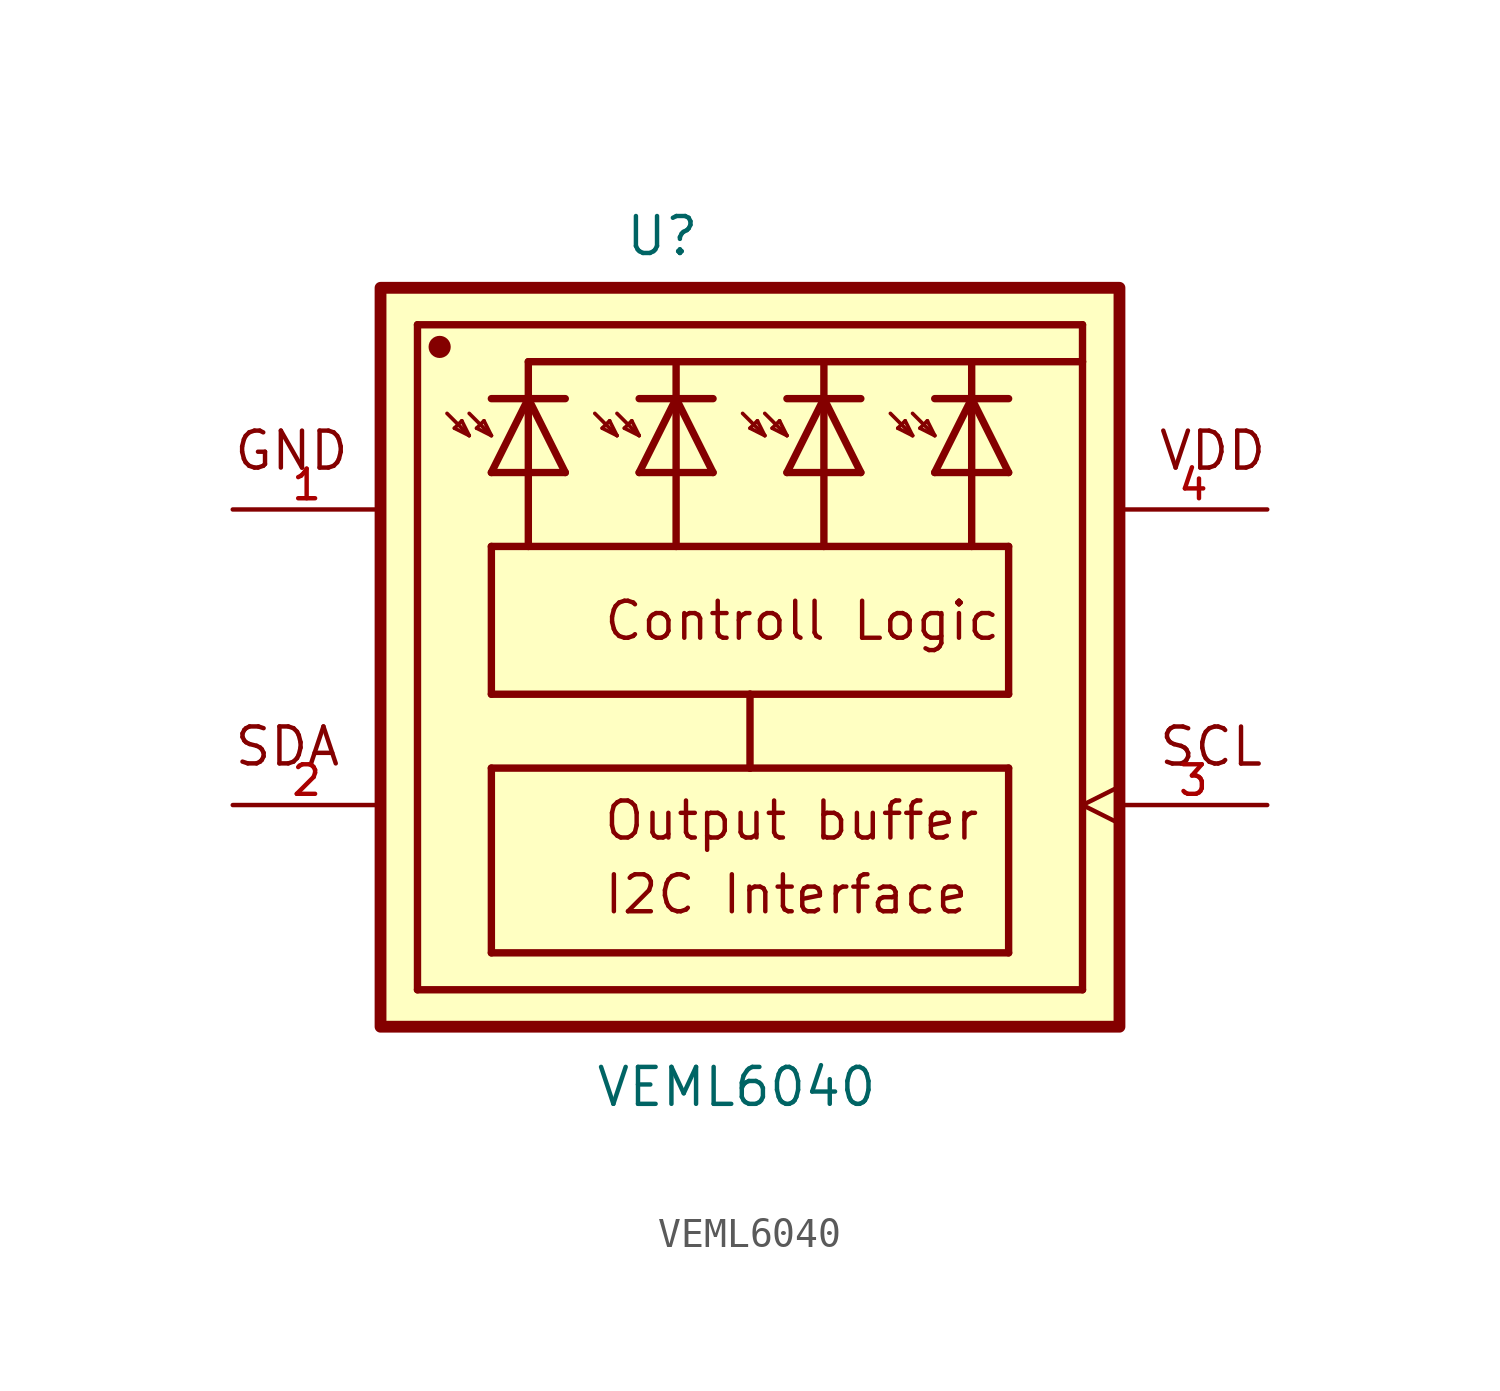
<source format=kicad_sym>
(kicad_symbol_lib
  (version 20211014)
  (generator kicad_symbol_editor)
  (symbol "VEML6040"
    (pin_names
      (offset 1.016))
    (property "Reference" "U"
      (at -4.324 13.734 0)
      (effects (font (size 1.27 1.27)) (justify bottom left)))
    (property "Value" "VEML6040"
      (at -5.341 -15.514 0)
      (effects (font (size 1.27 1.27)) (justify bottom left)))
    (symbol "VEML6040_0_0"
      (polyline (pts (xy -11.43 11.43) (xy 11.43 11.43)) (stroke (width 0.254)))
      (polyline (pts (xy 11.43 11.43) (xy 11.43 10.16)) (stroke (width 0.254)))
      (polyline (pts (xy 11.43 10.16) (xy 11.43 -11.43)) (stroke (width 0.254)))
      (polyline (pts (xy 11.43 -11.43) (xy -11.43 -11.43)) (stroke (width 0.254)))
      (polyline (pts (xy -11.43 -11.43) (xy -11.43 11.43)) (stroke (width 0.254)))
      (polyline (pts (xy -8.89 -3.81) (xy -8.89 -10.16)) (stroke (width 0.254)))
      (polyline (pts (xy -8.89 -10.16) (xy 8.89 -10.16)) (stroke (width 0.254)))
      (polyline (pts (xy 8.89 -10.16) (xy 8.89 -3.81)) (stroke (width 0.254)))
      (polyline (pts (xy 8.89 -3.81) (xy 0.0 -3.81)) (stroke (width 0.254)))
      (polyline (pts (xy 0.0 -3.81) (xy -8.89 -3.81)) (stroke (width 0.254)))
      (polyline (pts (xy 8.89 -1.27) (xy 0.0 -1.27)) (stroke (width 0.254)))
      (polyline (pts (xy 0.0 -1.27) (xy -8.89 -1.27)) (stroke (width 0.254)))
      (polyline (pts (xy -8.89 -1.27) (xy -8.89 3.81)) (stroke (width 0.254)))
      (polyline (pts (xy -8.89 3.81) (xy -7.62 3.81)) (stroke (width 0.254)))
      (polyline (pts (xy -7.62 3.81) (xy -2.54 3.81)) (stroke (width 0.254)))
      (polyline (pts (xy -2.54 3.81) (xy 2.54 3.81)) (stroke (width 0.254)))
      (polyline (pts (xy 2.54 3.81) (xy 7.62 3.81)) (stroke (width 0.254)))
      (polyline (pts (xy 7.62 3.81) (xy 8.89 3.81)) (stroke (width 0.254)))
      (polyline (pts (xy 8.89 3.81) (xy 8.89 -1.27)) (stroke (width 0.254)))
      (polyline (pts (xy -2.54 10.16) (xy 2.54 10.16)) (stroke (width 0.254)))
      (polyline (pts (xy 2.54 10.16) (xy 7.62 10.16)) (stroke (width 0.254)))
      (polyline (pts (xy 7.62 10.16) (xy 11.43 10.16)) (stroke (width 0.254)))
      (polyline (pts (xy 0.0 -1.27) (xy 0.0 -3.81)) (stroke (width 0.254)))
      (text "Controll Logic" (at -5.083 0.508 0) (effects (font (size 1.271 1.271)) (justify bottom left)))
      (text "Output buffer" (at -5.087 -6.359 0) (effects (font (size 1.272 1.272)) (justify bottom left)))
      (text "I2C Interface" (at -5.082 -8.894 0) (effects (font (size 1.271 1.271)) (justify bottom left)))
      (text "GND" (at -17.8 6.357 0) (effects (font (size 1.271 1.271)) (justify bottom left)))
      (text "SDA" (at -17.787 -3.811 0) (effects (font (size 1.27 1.27)) (justify bottom left)))
      (text "VDD" (at 13.985 6.357 0) (effects (font (size 1.271 1.271)) (justify bottom left)))
      (text "SCL" (at 13.992 -3.816 0) (effects (font (size 1.272 1.272)) (justify bottom left)))
      (polyline (pts (xy -7.62 3.81) (xy -7.62 8.89)) (stroke (width 0.254)))
      (polyline (pts (xy -7.62 8.89) (xy -7.62 10.16)) (stroke (width 0.254)))
      (polyline (pts (xy -7.62 10.16) (xy -2.54 10.16)) (stroke (width 0.254)))
      (polyline (pts (xy 7.62 3.81) (xy 7.62 8.89)) (stroke (width 0.254)))
      (polyline (pts (xy 7.62 8.89) (xy 7.62 10.16)) (stroke (width 0.254)))
      (polyline (pts (xy -2.54 3.81) (xy -2.54 8.89)) (stroke (width 0.254)))
      (polyline (pts (xy -2.54 8.89) (xy -2.54 10.16)) (stroke (width 0.254)))
      (polyline (pts (xy 2.54 3.81) (xy 2.54 8.89)) (stroke (width 0.254)))
      (polyline (pts (xy 2.54 8.89) (xy 2.54 10.16)) (stroke (width 0.254)))
      (polyline (pts (xy -6.35 8.89) (xy -7.62 8.89)) (stroke (width 0.254)))
      (polyline (pts (xy -7.62 8.89) (xy -8.89 8.89)) (stroke (width 0.254)))
      (polyline (pts (xy -1.27 8.89) (xy -2.54 8.89)) (stroke (width 0.254)))
      (polyline (pts (xy -2.54 8.89) (xy -3.81 8.89)) (stroke (width 0.254)))
      (polyline (pts (xy 3.81 8.89) (xy 2.54 8.89)) (stroke (width 0.254)))
      (polyline (pts (xy 2.54 8.89) (xy 1.27 8.89)) (stroke (width 0.254)))
      (polyline (pts (xy 8.89 8.89) (xy 7.62 8.89)) (stroke (width 0.254)))
      (polyline (pts (xy 7.62 8.89) (xy 6.35 8.89)) (stroke (width 0.254)))
      (polyline (pts (xy 7.62 8.89) (xy 6.35 6.35)) (stroke (width 0.254)))
      (polyline (pts (xy 6.35 6.35) (xy 8.89 6.35)) (stroke (width 0.254)))
      (polyline (pts (xy 8.89 6.35) (xy 7.62 8.89)) (stroke (width 0.254)))
      (polyline (pts (xy 2.54 8.89) (xy 1.27 6.35)) (stroke (width 0.254)))
      (polyline (pts (xy 1.27 6.35) (xy 3.81 6.35)) (stroke (width 0.254)))
      (polyline (pts (xy 3.81 6.35) (xy 2.54 8.89)) (stroke (width 0.254)))
      (polyline (pts (xy -2.54 8.89) (xy -3.81 6.35)) (stroke (width 0.254)))
      (polyline (pts (xy -3.81 6.35) (xy -1.27 6.35)) (stroke (width 0.254)))
      (polyline (pts (xy -1.27 6.35) (xy -2.54 8.89)) (stroke (width 0.254)))
      (polyline (pts (xy -7.62 8.89) (xy -8.89 6.35)) (stroke (width 0.254)))
      (polyline (pts (xy -8.89 6.35) (xy -6.35 6.35)) (stroke (width 0.254)))
      (polyline (pts (xy -6.35 6.35) (xy -7.62 8.89)) (stroke (width 0.254)))
      (polyline (pts (xy -9.906 8.128) (xy -9.652 7.62)) (stroke (width 0.127)))
      (polyline (pts (xy -9.652 7.62) (xy -10.16 7.874)) (stroke (width 0.127)))
      (polyline (pts (xy -10.16 7.874) (xy -9.906 8.128)) (stroke (width 0.127)))
      (polyline (pts (xy -9.652 7.62) (xy -10.414 8.382)) (stroke (width 0.127)))
      (circle (center -10.668 10.668) (radius 0.254) (stroke (width 0.254)) (fill (type none)))
      (circle (center -10.668 10.668) (radius 0.127) (stroke (width 0.254)) (fill (type none)))
      (polyline (pts (xy -9.144 8.128) (xy -8.89 7.62)) (stroke (width 0.127)))
      (polyline (pts (xy -8.89 7.62) (xy -9.398 7.874)) (stroke (width 0.127)))
      (polyline (pts (xy -9.398 7.874) (xy -9.144 8.128)) (stroke (width 0.127)))
      (polyline (pts (xy -8.89 7.62) (xy -9.652 8.382)) (stroke (width 0.127)))
      (polyline (pts (xy -4.826 8.128) (xy -4.572 7.62)) (stroke (width 0.127)))
      (polyline (pts (xy -4.572 7.62) (xy -5.08 7.874)) (stroke (width 0.127)))
      (polyline (pts (xy -5.08 7.874) (xy -4.826 8.128)) (stroke (width 0.127)))
      (polyline (pts (xy -4.572 7.62) (xy -5.334 8.382)) (stroke (width 0.127)))
      (polyline (pts (xy -4.064 8.128) (xy -3.81 7.62)) (stroke (width 0.127)))
      (polyline (pts (xy -3.81 7.62) (xy -4.318 7.874)) (stroke (width 0.127)))
      (polyline (pts (xy -4.318 7.874) (xy -4.064 8.128)) (stroke (width 0.127)))
      (polyline (pts (xy -3.81 7.62) (xy -4.572 8.382)) (stroke (width 0.127)))
      (polyline (pts (xy 0.254 8.128) (xy 0.508 7.62)) (stroke (width 0.127)))
      (polyline (pts (xy 0.508 7.62) (xy 0.0 7.874)) (stroke (width 0.127)))
      (polyline (pts (xy 0.0 7.874) (xy 0.254 8.128)) (stroke (width 0.127)))
      (polyline (pts (xy 0.508 7.62) (xy -0.254 8.382)) (stroke (width 0.127)))
      (polyline (pts (xy 1.016 8.128) (xy 1.27 7.62)) (stroke (width 0.127)))
      (polyline (pts (xy 1.27 7.62) (xy 0.762 7.874)) (stroke (width 0.127)))
      (polyline (pts (xy 0.762 7.874) (xy 1.016 8.128)) (stroke (width 0.127)))
      (polyline (pts (xy 1.27 7.62) (xy 0.508 8.382)) (stroke (width 0.127)))
      (polyline (pts (xy 5.334 8.128) (xy 5.588 7.62)) (stroke (width 0.127)))
      (polyline (pts (xy 5.588 7.62) (xy 5.08 7.874)) (stroke (width 0.127)))
      (polyline (pts (xy 5.08 7.874) (xy 5.334 8.128)) (stroke (width 0.127)))
      (polyline (pts (xy 5.588 7.62) (xy 4.826 8.382)) (stroke (width 0.127)))
      (polyline (pts (xy 6.096 8.128) (xy 6.35 7.62)) (stroke (width 0.127)))
      (polyline (pts (xy 6.35 7.62) (xy 5.842 7.874)) (stroke (width 0.127)))
      (polyline (pts (xy 5.842 7.874) (xy 6.096 8.128)) (stroke (width 0.127)))
      (polyline (pts (xy 6.35 7.62) (xy 5.588 8.382)) (stroke (width 0.127)))
      (rectangle (start -12.7 -12.7) (end 12.7 12.7) (stroke (width 0.406)) (fill (type background)))
      (pin power_in line (at -17.78 5.08 0) (length 5.08) (name "~" (effects (font (size 1.016 1.016)))) (number "1" (effects (font (size 1.016 1.016)))))
      (pin bidirectional line (at -17.78 -5.08 0) (length 5.08) (name "~" (effects (font (size 1.016 1.016)))) (number "2" (effects (font (size 1.016 1.016)))))
      (pin power_in line (at 17.78 5.08 180.0) (length 5.08) (name "~" (effects (font (size 1.016 1.016)))) (number "4" (effects (font (size 1.016 1.016)))))
      (pin input clock (at 17.78 -5.08 180.0) (length 5.08) (name "~" (effects (font (size 1.016 1.016)))) (number "3" (effects (font (size 1.016 1.016))))))))
</source>
